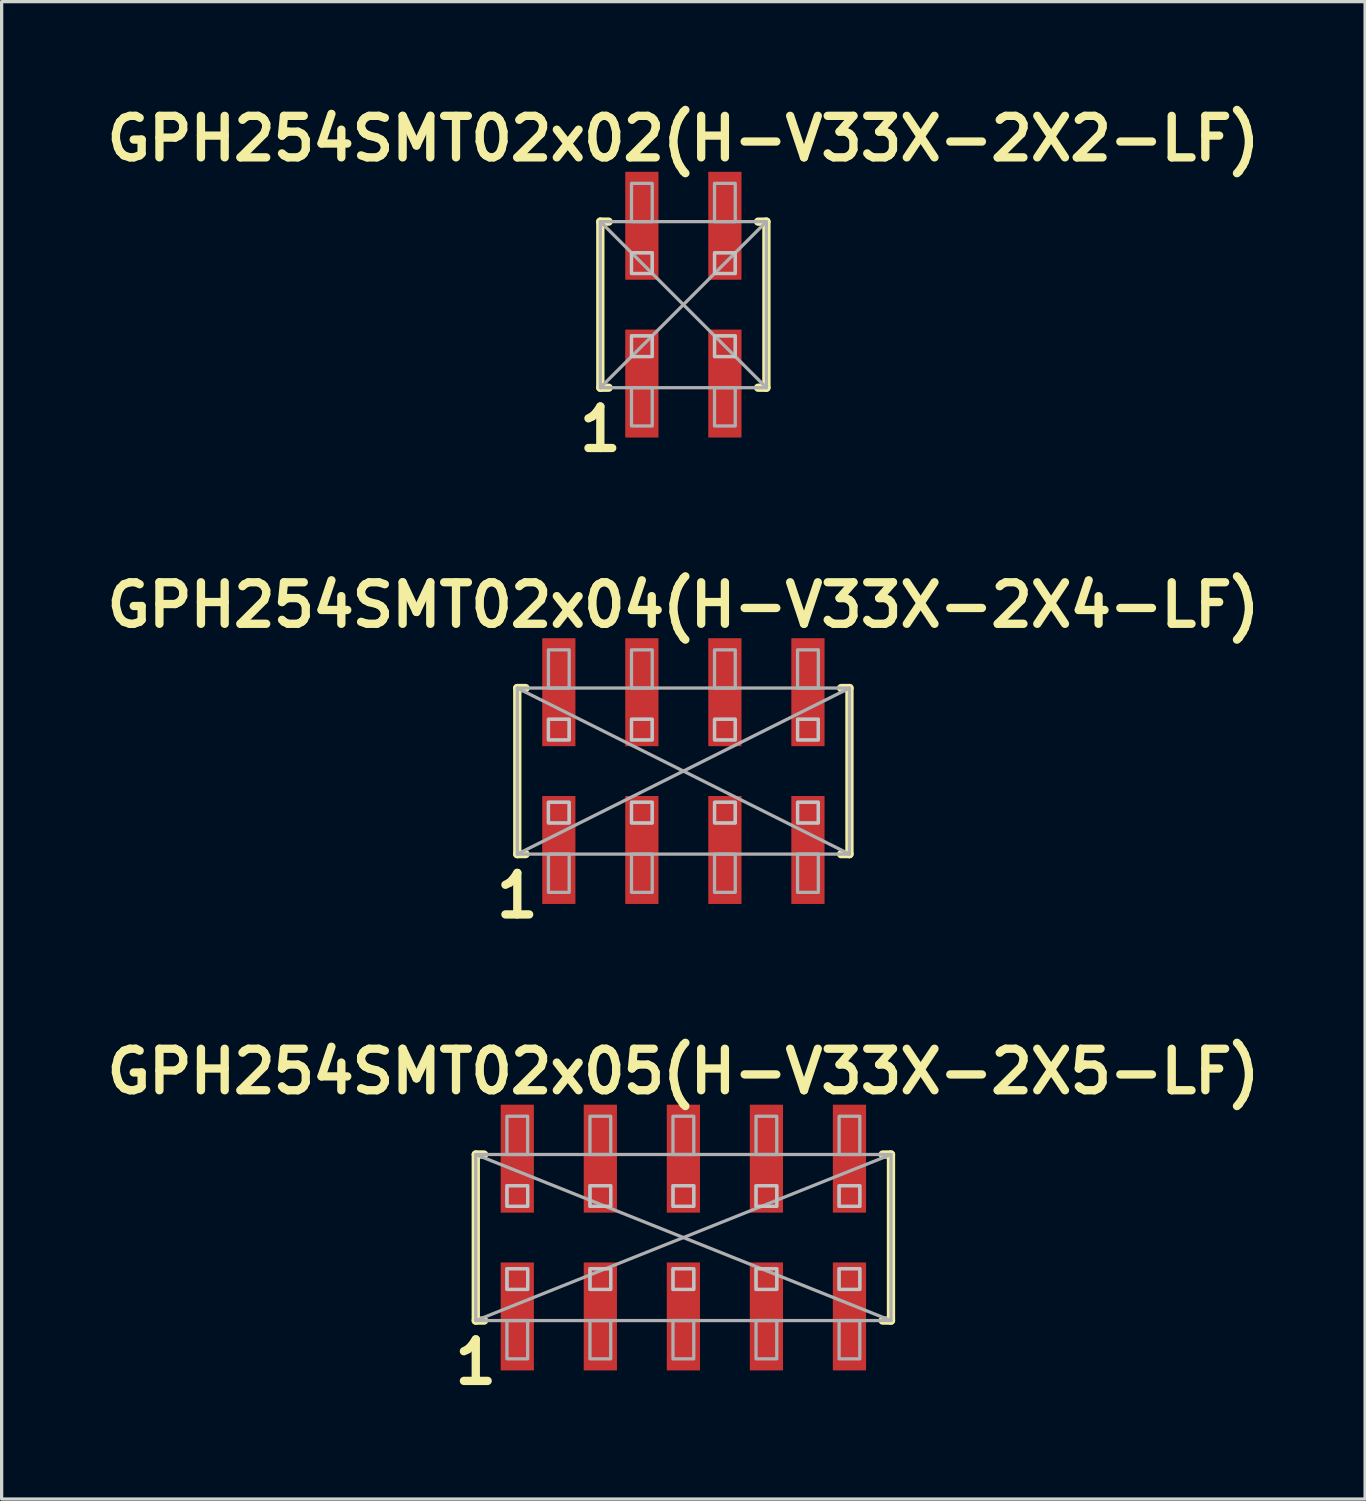
<source format=kicad_pcb>
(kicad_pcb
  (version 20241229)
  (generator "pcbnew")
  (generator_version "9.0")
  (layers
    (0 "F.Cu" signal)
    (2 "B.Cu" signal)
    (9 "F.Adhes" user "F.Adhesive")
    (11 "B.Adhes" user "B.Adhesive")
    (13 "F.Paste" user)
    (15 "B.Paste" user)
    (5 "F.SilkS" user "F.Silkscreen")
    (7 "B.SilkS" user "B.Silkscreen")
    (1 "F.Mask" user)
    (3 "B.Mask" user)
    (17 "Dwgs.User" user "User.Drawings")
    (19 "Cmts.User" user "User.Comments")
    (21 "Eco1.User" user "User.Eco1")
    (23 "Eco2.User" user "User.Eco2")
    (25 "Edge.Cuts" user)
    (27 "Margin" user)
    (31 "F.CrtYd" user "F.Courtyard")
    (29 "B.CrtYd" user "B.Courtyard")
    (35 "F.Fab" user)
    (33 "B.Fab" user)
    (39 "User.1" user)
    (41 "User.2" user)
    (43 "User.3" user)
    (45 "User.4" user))
  (footprint "GPH254SMT02x02(H-V33X-2X2-LF)"
    (layer "F.Cu")
    (at 17.853 6.269)
    (property "Reference" "GPH254SMT02x02(H-V33X-2X2-LF)" (at 0 -5.08 0) (layer "F.SilkS") (effects (font (size 1.27 1.27) (thickness 0.254))))
    (attr smd)
    (fp_line (start -2.54 -2.54) (end -2.54 2.54) (stroke (width 0.254) (type solid)) (layer "F.SilkS"))
    (fp_line (start -2.54 -2.54) (end -2.286 -2.54) (stroke (width 0.254) (type solid)) (layer "F.SilkS"))
    (fp_line (start -2.54 2.54) (end -2.286 2.54) (stroke (width 0.254) (type solid)) (layer "F.SilkS"))
    (fp_line (start 2.54 -2.54) (end 2.286 -2.54) (stroke (width 0.254) (type solid)) (layer "F.SilkS"))
    (fp_line (start 2.54 2.54) (end 2.286 2.54) (stroke (width 0.254) (type solid)) (layer "F.SilkS"))
    (fp_line (start 2.54 2.54) (end 2.54 -2.54) (stroke (width 0.254) (type solid)) (layer "F.SilkS"))
    (fp_poly (pts (xy -1.587 -1.587) (xy -0.953 -1.587) (xy -0.953 -0.953) (xy -1.587 -0.953)) (stroke (width 0.1) (type solid)) (fill no) (layer "Dwgs.User"))
    (fp_poly (pts (xy -1.587 0.953) (xy -0.953 0.953) (xy -0.953 1.587) (xy -1.587 1.587)) (stroke (width 0.1) (type solid)) (fill no) (layer "Dwgs.User"))
    (fp_poly (pts (xy 0.953 -1.587) (xy 1.587 -1.587) (xy 1.587 -0.953) (xy 0.953 -0.953)) (stroke (width 0.1) (type solid)) (fill no) (layer "Dwgs.User"))
    (fp_poly (pts (xy 0.953 0.953) (xy 1.587 0.953) (xy 1.587 1.587) (xy 0.953 1.587)) (stroke (width 0.1) (type solid)) (fill no) (layer "Dwgs.User"))
    (fp_line (start -2.54 -2.54) (end 2.54 2.54) (stroke (width 0.1) (type default)) (layer "F.Fab"))
    (fp_line (start 2.54 -2.54) (end -2.54 2.54) (stroke (width 0.1) (type default)) (layer "F.Fab"))
    (fp_rect (start -2.54 -2.54) (end 2.54 2.54) (stroke (width 0.1) (type default)) (fill no) (layer "F.Fab"))
    (fp_poly (pts (xy -1.587 -3.71) (xy -0.953 -3.71) (xy -0.953 -2.54) (xy -1.587 -2.54)) (stroke (width 0.1) (type solid)) (fill no) (layer "F.Fab"))
    (fp_poly (pts (xy -1.587 -1.587) (xy -0.953 -1.587) (xy -0.953 -0.953) (xy -1.587 -0.953)) (stroke (width 0.1) (type solid)) (fill no) (layer "F.Fab"))
    (fp_poly (pts (xy -1.587 0.953) (xy -0.953 0.953) (xy -0.953 1.587) (xy -1.587 1.587)) (stroke (width 0.1) (type solid)) (fill no) (layer "F.Fab"))
    (fp_poly (pts (xy -1.587 2.54) (xy -0.953 2.54) (xy -0.953 3.71) (xy -1.587 3.71)) (stroke (width 0.1) (type solid)) (fill no) (layer "F.Fab"))
    (fp_poly (pts (xy 0.953 -3.71) (xy 1.587 -3.71) (xy 1.587 -2.54) (xy 0.953 -2.54)) (stroke (width 0.1) (type solid)) (fill no) (layer "F.Fab"))
    (fp_poly (pts (xy 0.953 -1.587) (xy 1.587 -1.587) (xy 1.587 -0.953) (xy 0.953 -0.953)) (stroke (width 0.1) (type solid)) (fill no) (layer "F.Fab"))
    (fp_poly (pts (xy 0.953 0.953) (xy 1.587 0.953) (xy 1.587 1.587) (xy 0.953 1.587)) (stroke (width 0.1) (type solid)) (fill no) (layer "F.Fab"))
    (fp_poly (pts (xy 0.953 2.54) (xy 1.587 2.54) (xy 1.587 3.71) (xy 0.953 3.71)) (stroke (width 0.1) (type solid)) (fill no) (layer "F.Fab"))
    (fp_text user "1" (at -2.54 3.81 0) (layer "F.SilkS") (effects (font (size 1.27 1.27) (thickness 0.254))))
    (pad "" smd rect (at -1.27 -2.413 90) (size 3.556 1.778) (layers "F.Paste"))
    (pad "" smd rect (at -1.27 2.413 90) (size 3.556 1.778) (layers "F.Paste"))
    (pad "" smd rect (at 1.27 -2.413 90) (size 3.556 1.778) (layers "F.Paste"))
    (pad "" smd rect (at 1.27 2.413 90) (size 3.556 1.778) (layers "F.Paste"))
    (pad "1" smd rect (at -1.27 2.413 90) (size 3.302 1.016) (layers "F.Cu" "F.Mask"))
    (pad "2" smd rect (at -1.27 -2.413 90) (size 3.302 1.016) (layers "F.Cu" "F.Mask"))
    (pad "3" smd rect (at 1.27 2.413 90) (size 3.302 1.016) (layers "F.Cu" "F.Mask"))
    (pad "4" smd rect (at 1.27 -2.413 90) (size 3.302 1.016) (layers "F.Cu" "F.Mask")))
  (footprint "GPH254SMT02x05(H-V33X-2X5-LF)"
    (layer "F.Cu")
    (at 17.853 34.804)
    (property "Reference" "GPH254SMT02x05(H-V33X-2X5-LF)" (at 0 -5.08 0) (layer "F.SilkS") (effects (font (size 1.27 1.27) (thickness 0.254))))
    (attr smd)
    (fp_line (start -6.35 -2.54) (end -6.35 2.54) (stroke (width 0.254) (type solid)) (layer "F.SilkS"))
    (fp_line (start -6.35 -2.54) (end -6.096 -2.54) (stroke (width 0.254) (type solid)) (layer "F.SilkS"))
    (fp_line (start -6.35 2.54) (end -6.096 2.54) (stroke (width 0.254) (type solid)) (layer "F.SilkS"))
    (fp_line (start 6.35 -2.54) (end 6.096 -2.54) (stroke (width 0.254) (type solid)) (layer "F.SilkS"))
    (fp_line (start 6.35 2.54) (end 6.096 2.54) (stroke (width 0.254) (type solid)) (layer "F.SilkS"))
    (fp_line (start 6.35 2.54) (end 6.35 -2.54) (stroke (width 0.254) (type solid)) (layer "F.SilkS"))
    (fp_poly (pts (xy -5.397 -1.587) (xy -4.763 -1.587) (xy -4.763 -0.953) (xy -5.397 -0.953)) (stroke (width 0.1) (type solid)) (fill no) (layer "Dwgs.User"))
    (fp_poly (pts (xy -5.397 0.953) (xy -4.763 0.953) (xy -4.763 1.587) (xy -5.397 1.587)) (stroke (width 0.1) (type solid)) (fill no) (layer "Dwgs.User"))
    (fp_poly (pts (xy -2.857 -1.587) (xy -2.223 -1.587) (xy -2.223 -0.953) (xy -2.857 -0.953)) (stroke (width 0.1) (type solid)) (fill no) (layer "Dwgs.User"))
    (fp_poly (pts (xy -2.857 0.953) (xy -2.223 0.953) (xy -2.223 1.587) (xy -2.857 1.587)) (stroke (width 0.1) (type solid)) (fill no) (layer "Dwgs.User"))
    (fp_poly (pts (xy -0.318 -1.587) (xy 0.318 -1.587) (xy 0.318 -0.953) (xy -0.318 -0.953)) (stroke (width 0.1) (type solid)) (fill no) (layer "Dwgs.User"))
    (fp_poly (pts (xy -0.318 0.953) (xy 0.318 0.953) (xy 0.318 1.587) (xy -0.318 1.587)) (stroke (width 0.1) (type solid)) (fill no) (layer "Dwgs.User"))
    (fp_poly (pts (xy 2.223 -1.587) (xy 2.857 -1.587) (xy 2.857 -0.953) (xy 2.223 -0.953)) (stroke (width 0.1) (type solid)) (fill no) (layer "Dwgs.User"))
    (fp_poly (pts (xy 2.223 0.953) (xy 2.857 0.953) (xy 2.857 1.587) (xy 2.223 1.587)) (stroke (width 0.1) (type solid)) (fill no) (layer "Dwgs.User"))
    (fp_poly (pts (xy 4.763 -1.587) (xy 5.397 -1.587) (xy 5.397 -0.953) (xy 4.763 -0.953)) (stroke (width 0.1) (type solid)) (fill no) (layer "Dwgs.User"))
    (fp_poly (pts (xy 4.763 0.953) (xy 5.397 0.953) (xy 5.397 1.587) (xy 4.763 1.587)) (stroke (width 0.1) (type solid)) (fill no) (layer "Dwgs.User"))
    (fp_line (start -6.35 -2.54) (end 6.35 2.54) (stroke (width 0.1) (type default)) (layer "F.Fab"))
    (fp_line (start 6.35 -2.54) (end -6.35 2.54) (stroke (width 0.1) (type default)) (layer "F.Fab"))
    (fp_rect (start -6.35 -2.54) (end 6.35 2.54) (stroke (width 0.1) (type default)) (fill no) (layer "F.Fab"))
    (fp_poly (pts (xy -5.397 -3.71) (xy -4.763 -3.71) (xy -4.763 -2.54) (xy -5.397 -2.54)) (stroke (width 0.1) (type solid)) (fill no) (layer "F.Fab"))
    (fp_poly (pts (xy -5.397 -1.587) (xy -4.763 -1.587) (xy -4.763 -0.953) (xy -5.397 -0.953)) (stroke (width 0.1) (type solid)) (fill no) (layer "F.Fab"))
    (fp_poly (pts (xy -5.397 0.953) (xy -4.763 0.953) (xy -4.763 1.587) (xy -5.397 1.587)) (stroke (width 0.1) (type solid)) (fill no) (layer "F.Fab"))
    (fp_poly (pts (xy -5.397 2.54) (xy -4.763 2.54) (xy -4.763 3.71) (xy -5.397 3.71)) (stroke (width 0.1) (type solid)) (fill no) (layer "F.Fab"))
    (fp_poly (pts (xy -2.857 -3.71) (xy -2.223 -3.71) (xy -2.223 -2.54) (xy -2.857 -2.54)) (stroke (width 0.1) (type solid)) (fill no) (layer "F.Fab"))
    (fp_poly (pts (xy -2.857 -1.587) (xy -2.223 -1.587) (xy -2.223 -0.953) (xy -2.857 -0.953)) (stroke (width 0.1) (type solid)) (fill no) (layer "F.Fab"))
    (fp_poly (pts (xy -2.857 0.953) (xy -2.223 0.953) (xy -2.223 1.587) (xy -2.857 1.587)) (stroke (width 0.1) (type solid)) (fill no) (layer "F.Fab"))
    (fp_poly (pts (xy -2.857 2.54) (xy -2.223 2.54) (xy -2.223 3.71) (xy -2.857 3.71)) (stroke (width 0.1) (type solid)) (fill no) (layer "F.Fab"))
    (fp_poly (pts (xy -0.318 -3.71) (xy 0.318 -3.71) (xy 0.318 -2.54) (xy -0.318 -2.54)) (stroke (width 0.1) (type solid)) (fill no) (layer "F.Fab"))
    (fp_poly (pts (xy -0.318 -1.587) (xy 0.318 -1.587) (xy 0.318 -0.953) (xy -0.318 -0.953)) (stroke (width 0.1) (type solid)) (fill no) (layer "F.Fab"))
    (fp_poly (pts (xy -0.318 0.953) (xy 0.318 0.953) (xy 0.318 1.587) (xy -0.318 1.587)) (stroke (width 0.1) (type solid)) (fill no) (layer "F.Fab"))
    (fp_poly (pts (xy -0.318 2.54) (xy 0.318 2.54) (xy 0.318 3.71) (xy -0.318 3.71)) (stroke (width 0.1) (type solid)) (fill no) (layer "F.Fab"))
    (fp_poly (pts (xy 2.223 -3.71) (xy 2.857 -3.71) (xy 2.857 -2.54) (xy 2.223 -2.54)) (stroke (width 0.1) (type solid)) (fill no) (layer "F.Fab"))
    (fp_poly (pts (xy 2.223 0.953) (xy 2.857 0.953) (xy 2.857 1.587) (xy 2.223 1.587)) (stroke (width 0.1) (type solid)) (fill no) (layer "F.Fab"))
    (fp_poly (pts (xy 2.223 2.54) (xy 2.857 2.54) (xy 2.857 3.71) (xy 2.223 3.71)) (stroke (width 0.1) (type solid)) (fill no) (layer "F.Fab"))
    (fp_poly (pts (xy 4.763 -3.71) (xy 5.397 -3.71) (xy 5.397 -2.54) (xy 4.763 -2.54)) (stroke (width 0.1) (type solid)) (fill no) (layer "F.Fab"))
    (fp_poly (pts (xy 4.763 -1.587) (xy 5.397 -1.587) (xy 5.397 -0.953) (xy 4.763 -0.953)) (stroke (width 0.1) (type solid)) (fill no) (layer "F.Fab"))
    (fp_poly (pts (xy 4.763 0.953) (xy 5.397 0.953) (xy 5.397 1.587) (xy 4.763 1.587)) (stroke (width 0.1) (type solid)) (fill no) (layer "F.Fab"))
    (fp_poly (pts (xy 4.763 2.54) (xy 5.397 2.54) (xy 5.397 3.71) (xy 4.763 3.71)) (stroke (width 0.1) (type solid)) (fill no) (layer "F.Fab"))
    (fp_poly (pts (xy 2.223 -1.587) (xy 2.857 -1.587) (xy 2.857 -1.27) (xy 2.857 -0.953) (xy 2.223 -0.953)) (stroke (width 0.1) (type solid)) (fill no) (layer "F.Fab"))
    (fp_text user "1" (at -6.35 3.81 0) (layer "F.SilkS") (effects (font (size 1.27 1.27) (thickness 0.254))))
    (pad "" smd rect (at -5.08 -2.413 90) (size 3.556 1.778) (layers "F.Paste"))
    (pad "" smd rect (at -5.08 2.413 90) (size 3.556 1.778) (layers "F.Paste"))
    (pad "" smd rect (at -2.54 -2.413 90) (size 3.556 1.778) (layers "F.Paste"))
    (pad "" smd rect (at -2.54 2.413 90) (size 3.556 1.778) (layers "F.Paste"))
    (pad "" smd rect (at 0 -2.413 90) (size 3.556 1.778) (layers "F.Paste"))
    (pad "" smd rect (at 0 2.413 90) (size 3.556 1.778) (layers "F.Paste"))
    (pad "" smd rect (at 2.54 -2.413 90) (size 3.556 1.778) (layers "F.Paste"))
    (pad "" smd rect (at 2.54 2.413 90) (size 3.556 1.778) (layers "F.Paste"))
    (pad "" smd rect (at 5.08 -2.413 90) (size 3.556 1.778) (layers "F.Paste"))
    (pad "" smd rect (at 5.08 2.413 90) (size 3.556 1.778) (layers "F.Paste"))
    (pad "1" smd rect (at -5.08 2.413 90) (size 3.302 1.016) (layers "F.Cu" "F.Mask"))
    (pad "2" smd rect (at -5.08 -2.413 90) (size 3.302 1.016) (layers "F.Cu" "F.Mask"))
    (pad "3" smd rect (at -2.54 2.413 90) (size 3.302 1.016) (layers "F.Cu" "F.Mask"))
    (pad "4" smd rect (at -2.54 -2.413 90) (size 3.302 1.016) (layers "F.Cu" "F.Mask"))
    (pad "5" smd rect (at 0 2.413 90) (size 3.302 1.016) (layers "F.Cu" "F.Mask"))
    (pad "6" smd rect (at 0 -2.413 90) (size 3.302 1.016) (layers "F.Cu" "F.Mask"))
    (pad "7" smd rect (at 2.54 2.413 90) (size 3.302 1.016) (layers "F.Cu" "F.Mask"))
    (pad "8" smd rect (at 2.54 -2.413 90) (size 3.302 1.016) (layers "F.Cu" "F.Mask"))
    (pad "9" smd rect (at 5.08 2.413 90) (size 3.302 1.016) (layers "F.Cu" "F.Mask"))
    (pad "10" smd rect (at 5.08 -2.413 90) (size 3.302 1.016) (layers "F.Cu" "F.Mask")))
  (footprint "GPH254SMT02x04(H-V33X-2X4-LF)"
    (layer "F.Cu")
    (at 17.853 20.536)
    (property "Reference" "GPH254SMT02x04(H-V33X-2X4-LF)" (at 0 -5.08 0) (layer "F.SilkS") (effects (font (size 1.27 1.27) (thickness 0.254))))
    (attr smd)
    (fp_line (start -5.08 -2.54) (end -5.08 2.54) (stroke (width 0.254) (type solid)) (layer "F.SilkS"))
    (fp_line (start -5.08 -2.54) (end -4.826 -2.54) (stroke (width 0.254) (type solid)) (layer "F.SilkS"))
    (fp_line (start -5.08 2.54) (end -4.826 2.54) (stroke (width 0.254) (type solid)) (layer "F.SilkS"))
    (fp_line (start 5.08 -2.54) (end 4.826 -2.54) (stroke (width 0.254) (type solid)) (layer "F.SilkS"))
    (fp_line (start 5.08 2.54) (end 4.826 2.54) (stroke (width 0.254) (type solid)) (layer "F.SilkS"))
    (fp_line (start 5.08 2.54) (end 5.08 -2.54) (stroke (width 0.254) (type solid)) (layer "F.SilkS"))
    (fp_poly (pts (xy -4.128 -1.587) (xy -3.493 -1.587) (xy -3.493 -0.953) (xy -4.128 -0.953)) (stroke (width 0.1) (type solid)) (fill no) (layer "Dwgs.User"))
    (fp_poly (pts (xy -4.128 0.953) (xy -3.493 0.953) (xy -3.493 1.587) (xy -4.128 1.587)) (stroke (width 0.1) (type solid)) (fill no) (layer "Dwgs.User"))
    (fp_poly (pts (xy -1.587 -1.587) (xy -0.953 -1.587) (xy -0.953 -0.953) (xy -1.587 -0.953)) (stroke (width 0.1) (type solid)) (fill no) (layer "Dwgs.User"))
    (fp_poly (pts (xy -1.587 0.953) (xy -0.953 0.953) (xy -0.953 1.587) (xy -1.587 1.587)) (stroke (width 0.1) (type solid)) (fill no) (layer "Dwgs.User"))
    (fp_poly (pts (xy 0.953 -1.587) (xy 1.587 -1.587) (xy 1.587 -0.953) (xy 0.953 -0.953)) (stroke (width 0.1) (type solid)) (fill no) (layer "Dwgs.User"))
    (fp_poly (pts (xy 0.953 0.953) (xy 1.587 0.953) (xy 1.587 1.587) (xy 0.953 1.587)) (stroke (width 0.1) (type solid)) (fill no) (layer "Dwgs.User"))
    (fp_poly (pts (xy 3.493 -1.587) (xy 4.128 -1.587) (xy 4.128 -0.953) (xy 3.493 -0.953)) (stroke (width 0.1) (type solid)) (fill no) (layer "Dwgs.User"))
    (fp_poly (pts (xy 3.493 0.953) (xy 4.128 0.953) (xy 4.128 1.587) (xy 3.493 1.587)) (stroke (width 0.1) (type solid)) (fill no) (layer "Dwgs.User"))
    (fp_line (start -5.08 -2.54) (end 5.08 2.54) (stroke (width 0.1) (type default)) (layer "F.Fab"))
    (fp_line (start 5.08 -2.54) (end -5.08 2.54) (stroke (width 0.1) (type default)) (layer "F.Fab"))
    (fp_rect (start -5.08 -2.54) (end 5.08 2.54) (stroke (width 0.1) (type default)) (fill no) (layer "F.Fab"))
    (fp_poly (pts (xy -4.128 -3.71) (xy -3.493 -3.71) (xy -3.493 -2.54) (xy -4.128 -2.54)) (stroke (width 0.1) (type solid)) (fill no) (layer "F.Fab"))
    (fp_poly (pts (xy -4.128 -1.587) (xy -3.493 -1.587) (xy -3.493 -0.953) (xy -4.128 -0.953)) (stroke (width 0.1) (type solid)) (fill no) (layer "F.Fab"))
    (fp_poly (pts (xy -4.128 0.953) (xy -3.493 0.953) (xy -3.493 1.587) (xy -4.128 1.587)) (stroke (width 0.1) (type solid)) (fill no) (layer "F.Fab"))
    (fp_poly (pts (xy -4.128 2.54) (xy -3.493 2.54) (xy -3.493 3.71) (xy -4.128 3.71)) (stroke (width 0.1) (type solid)) (fill no) (layer "F.Fab"))
    (fp_poly (pts (xy -1.587 -3.71) (xy -0.953 -3.71) (xy -0.953 -2.54) (xy -1.587 -2.54)) (stroke (width 0.1) (type solid)) (fill no) (layer "F.Fab"))
    (fp_poly (pts (xy -1.587 -1.587) (xy -0.953 -1.587) (xy -0.953 -0.953) (xy -1.587 -0.953)) (stroke (width 0.1) (type solid)) (fill no) (layer "F.Fab"))
    (fp_poly (pts (xy -1.587 0.953) (xy -0.953 0.953) (xy -0.953 1.587) (xy -1.587 1.587)) (stroke (width 0.1) (type solid)) (fill no) (layer "F.Fab"))
    (fp_poly (pts (xy -1.587 2.54) (xy -0.953 2.54) (xy -0.953 3.71) (xy -1.587 3.71)) (stroke (width 0.1) (type solid)) (fill no) (layer "F.Fab"))
    (fp_poly (pts (xy 0.953 -3.71) (xy 1.587 -3.71) (xy 1.587 -2.54) (xy 0.953 -2.54)) (stroke (width 0.1) (type solid)) (fill no) (layer "F.Fab"))
    (fp_poly (pts (xy 0.953 -1.587) (xy 1.587 -1.587) (xy 1.587 -0.953) (xy 0.953 -0.953)) (stroke (width 0.1) (type solid)) (fill no) (layer "F.Fab"))
    (fp_poly (pts (xy 0.953 0.953) (xy 1.587 0.953) (xy 1.587 1.587) (xy 0.953 1.587)) (stroke (width 0.1) (type solid)) (fill no) (layer "F.Fab"))
    (fp_poly (pts (xy 0.953 2.54) (xy 1.587 2.54) (xy 1.587 3.71) (xy 0.953 3.71)) (stroke (width 0.1) (type solid)) (fill no) (layer "F.Fab"))
    (fp_poly (pts (xy 3.493 -3.71) (xy 4.128 -3.71) (xy 4.128 -2.54) (xy 3.493 -2.54)) (stroke (width 0.1) (type solid)) (fill no) (layer "F.Fab"))
    (fp_poly (pts (xy 3.493 0.953) (xy 4.128 0.953) (xy 4.128 1.587) (xy 3.493 1.587)) (stroke (width 0.1) (type solid)) (fill no) (layer "F.Fab"))
    (fp_poly (pts (xy 3.493 2.54) (xy 4.128 2.54) (xy 4.128 3.71) (xy 3.493 3.71)) (stroke (width 0.1) (type solid)) (fill no) (layer "F.Fab"))
    (fp_poly (pts (xy 3.493 -1.587) (xy 4.128 -1.587) (xy 4.128 -1.27) (xy 4.128 -0.953) (xy 3.493 -0.953)) (stroke (width 0.1) (type solid)) (fill no) (layer "F.Fab"))
    (fp_text user "1" (at -5.08 3.81 0) (layer "F.SilkS") (effects (font (size 1.27 1.27) (thickness 0.254))))
    (pad "" smd rect (at -3.81 -2.413 90) (size 3.556 1.778) (layers "F.Paste"))
    (pad "" smd rect (at -3.81 2.413 90) (size 3.556 1.778) (layers "F.Paste"))
    (pad "" smd rect (at -1.27 -2.413 90) (size 3.556 1.778) (layers "F.Paste"))
    (pad "" smd rect (at -1.27 2.413 90) (size 3.556 1.778) (layers "F.Paste"))
    (pad "" smd rect (at 1.27 -2.413 90) (size 3.556 1.778) (layers "F.Paste"))
    (pad "" smd rect (at 1.27 2.413 90) (size 3.556 1.778) (layers "F.Paste"))
    (pad "" smd rect (at 3.81 -2.413 90) (size 3.556 1.778) (layers "F.Paste"))
    (pad "" smd rect (at 3.81 2.413 90) (size 3.556 1.778) (layers "F.Paste"))
    (pad "1" smd rect (at -3.81 2.413 90) (size 3.302 1.016) (layers "F.Cu" "F.Mask"))
    (pad "2" smd rect (at -3.81 -2.413 90) (size 3.302 1.016) (layers "F.Cu" "F.Mask"))
    (pad "3" smd rect (at -1.27 2.413 90) (size 3.302 1.016) (layers "F.Cu" "F.Mask"))
    (pad "4" smd rect (at -1.27 -2.413 90) (size 3.302 1.016) (layers "F.Cu" "F.Mask"))
    (pad "5" smd rect (at 1.27 2.413 90) (size 3.302 1.016) (layers "F.Cu" "F.Mask"))
    (pad "6" smd rect (at 1.27 -2.413 90) (size 3.302 1.016) (layers "F.Cu" "F.Mask"))
    (pad "7" smd rect (at 3.81 2.413 90) (size 3.302 1.016) (layers "F.Cu" "F.Mask"))
    (pad "8" smd rect (at 3.81 -2.413 90) (size 3.302 1.016) (layers "F.Cu" "F.Mask")))
  (gr_rect
    (start -3 -3)
    (end 38.705 42.802)
    (stroke (width 0.1) (type default))
    (fill no)
    (layer "Edge.Cuts")))
</source>
